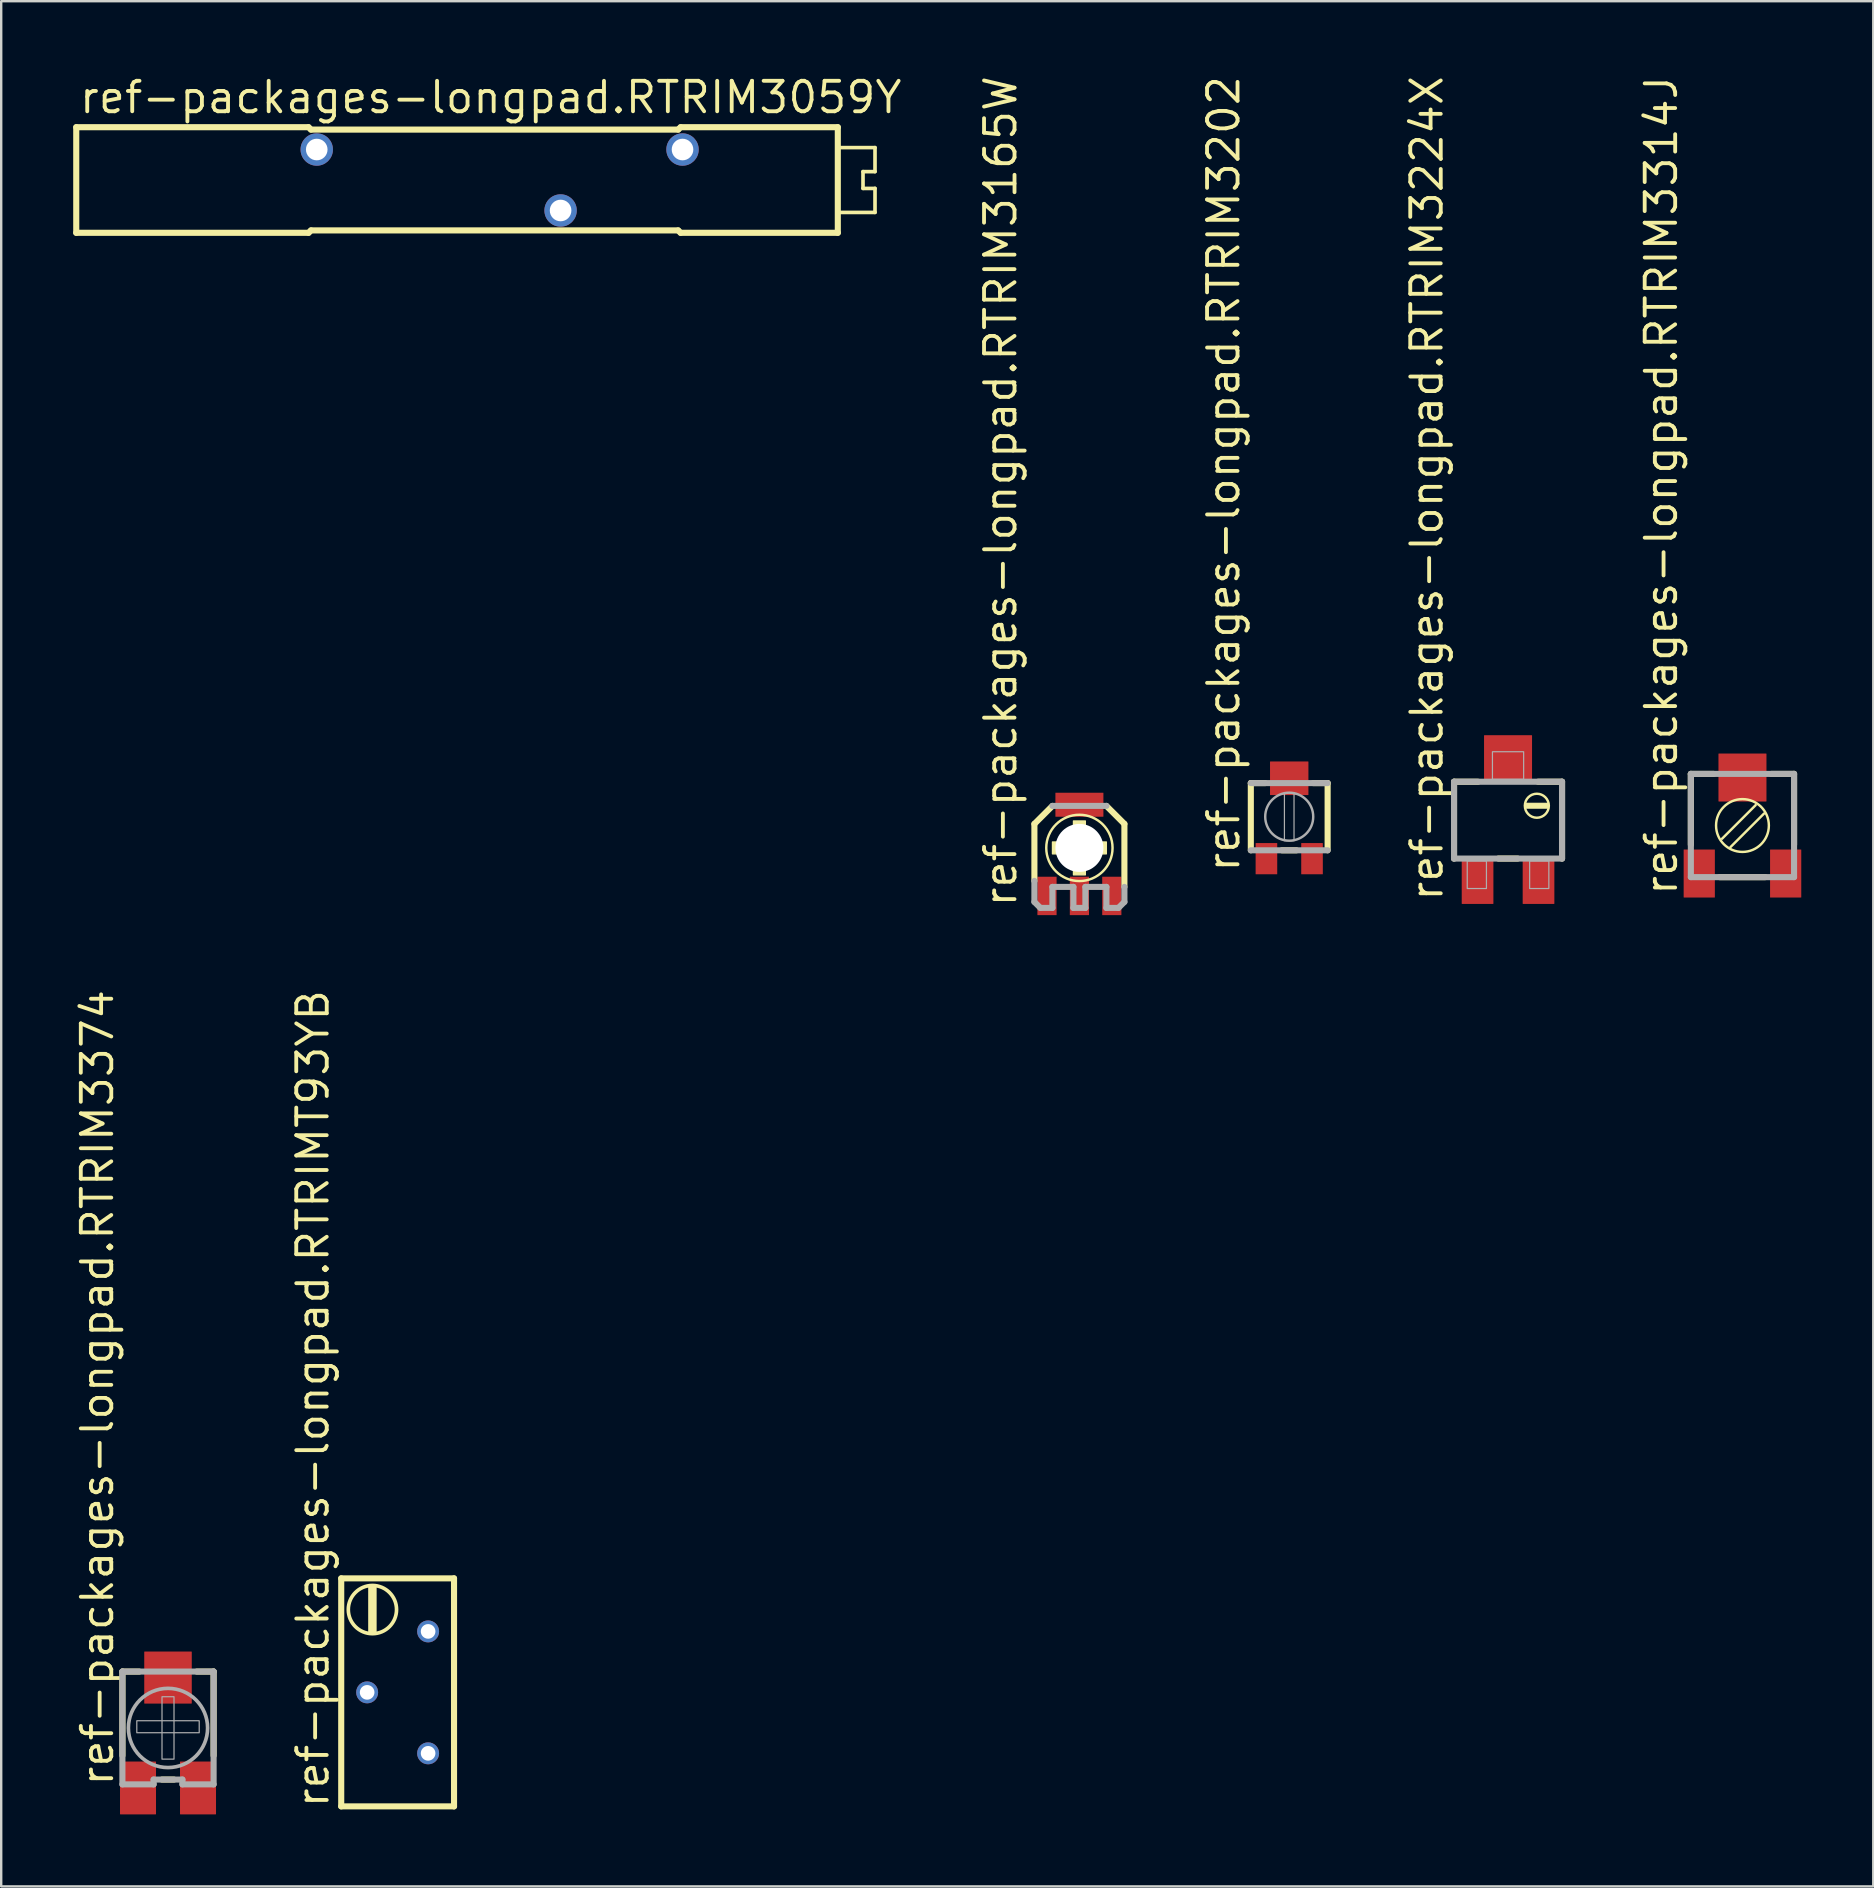
<source format=kicad_pcb>
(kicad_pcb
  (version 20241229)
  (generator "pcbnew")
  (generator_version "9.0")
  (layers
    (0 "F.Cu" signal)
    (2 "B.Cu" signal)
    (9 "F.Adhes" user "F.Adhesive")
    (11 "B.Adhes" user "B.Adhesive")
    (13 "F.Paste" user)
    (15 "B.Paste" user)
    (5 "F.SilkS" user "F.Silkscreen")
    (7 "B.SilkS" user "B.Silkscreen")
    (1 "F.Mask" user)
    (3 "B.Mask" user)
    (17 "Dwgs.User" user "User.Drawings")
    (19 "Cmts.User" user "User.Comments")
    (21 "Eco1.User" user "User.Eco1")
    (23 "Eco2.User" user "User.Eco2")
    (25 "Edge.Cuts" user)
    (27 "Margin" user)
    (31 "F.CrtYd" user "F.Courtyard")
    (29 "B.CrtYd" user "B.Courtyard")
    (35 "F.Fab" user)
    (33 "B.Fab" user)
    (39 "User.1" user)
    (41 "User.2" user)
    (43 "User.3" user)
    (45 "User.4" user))
  (footprint "ref-packages-longpad.RTRIM3314J"
    (layer "F.Cu")
    (at 69.549 31.345)
    (property "Reference" "ref-packages-longpad.RTRIM3314J" (at -2.64 2.99 90) (layer "F.SilkS") (effects (font (size 1.27 1.27) (thickness 0.16)) (justify left bottom)))
    (attr smd)
    (fp_line (start -2.15 -2.15) (end -2.15 0.8) (stroke (width 0.254) (type default)) (layer "F.SilkS"))
    (fp_line (start -1.2 -2.15) (end -2.15 -2.15) (stroke (width 0.254) (type default)) (layer "F.SilkS"))
    (fp_line (start -0.85 0.55) (end 0.55 -0.85) (stroke (width 0.102) (type default)) (layer "F.SilkS"))
    (fp_line (start -0.5 0.9) (end 0.9 -0.5) (stroke (width 0.102) (type default)) (layer "F.SilkS"))
    (fp_line (start 0.95 2.15) (end -0.95 2.15) (stroke (width 0.254) (type default)) (layer "F.SilkS"))
    (fp_line (start 2.15 -2.15) (end 1.2 -2.15) (stroke (width 0.254) (type default)) (layer "F.SilkS"))
    (fp_line (start 2.15 0.8) (end 2.15 -2.15) (stroke (width 0.254) (type default)) (layer "F.SilkS"))
    (fp_circle (center 0 0) (end 1.1 0) (stroke (width 0.102) (type default)) (fill no) (layer "F.SilkS"))
    (fp_line (start -2.15 -2.15) (end 2.15 -2.15) (stroke (width 0.254) (type default)) (layer "F.Fab"))
    (fp_line (start -2.15 2.15) (end -2.15 -2.15) (stroke (width 0.254) (type default)) (layer "F.Fab"))
    (fp_line (start 2.15 -2.15) (end 2.15 2.15) (stroke (width 0.254) (type default)) (layer "F.Fab"))
    (fp_line (start 2.15 2.15) (end -2.15 2.15) (stroke (width 0.254) (type default)) (layer "F.Fab"))
    (pad "1" smd roundrect (at -1.8 2) (size 1.3 2) (layers "F.Cu" "F.Mask" "F.Paste") (roundrect_rratio 0.01))
    (pad "2" smd roundrect (at 0 -2) (size 2 2) (layers "F.Cu" "F.Mask" "F.Paste") (roundrect_rratio 0.01))
    (pad "3" smd roundrect (at 1.8 2) (size 1.3 2) (layers "F.Cu" "F.Mask" "F.Paste") (roundrect_rratio 0.01)))
  (footprint "ref-packages-longpad.RTRIM3165W"
    (layer "F.Cu")
    (at 41.923 32.278)
    (property "Reference" "ref-packages-longpad.RTRIM3165W" (at -2.54 2.54 90) (layer "F.SilkS") (effects (font (size 1.27 1.27) (thickness 0.16)) (justify left bottom)))
    (attr smd)
    (fp_line (start -1.875 -1) (end -1.875 1.375) (stroke (width 0.254) (type default)) (layer "F.SilkS"))
    (fp_line (start -1.125 -1.75) (end -1.875 -1) (stroke (width 0.254) (type default)) (layer "F.SilkS"))
    (fp_line (start 1.875 -1) (end 1.125 -1.75) (stroke (width 0.254) (type default)) (layer "F.SilkS"))
    (fp_line (start 1.875 1.625) (end 1.875 -1) (stroke (width 0.254) (type default)) (layer "F.SilkS"))
    (fp_rect (start -1.125 0.25) (end 1.125 -0.25) (stroke (width 0.05) (type default)) (fill yes) (layer "F.SilkS"))
    (fp_rect (start -0.25 1.125) (end 0.25 -1.125) (stroke (width 0.05) (type default)) (fill yes) (layer "F.SilkS"))
    (fp_circle (center 0 0) (end 1.381 0) (stroke (width 0.102) (type default)) (fill no) (layer "F.SilkS"))
    (fp_line (start -1.875 1.375) (end -1.875 2.25) (stroke (width 0.254) (type default)) (layer "F.Fab"))
    (fp_line (start -1.875 2.25) (end -1.625 2.5) (stroke (width 0.254) (type default)) (layer "F.Fab"))
    (fp_line (start -1.625 2.5) (end -1.125 2.5) (stroke (width 0.254) (type default)) (layer "F.Fab"))
    (fp_line (start -1.125 1.625) (end -0.25 1.625) (stroke (width 0.254) (type default)) (layer "F.Fab"))
    (fp_line (start -1.125 2.5) (end -1.125 1.625) (stroke (width 0.254) (type default)) (layer "F.Fab"))
    (fp_line (start -0.25 1.625) (end -0.25 2.5) (stroke (width 0.254) (type default)) (layer "F.Fab"))
    (fp_line (start -0.25 2.5) (end 0.25 2.5) (stroke (width 0.254) (type default)) (layer "F.Fab"))
    (fp_line (start 0.25 1.625) (end 1.125 1.625) (stroke (width 0.254) (type default)) (layer "F.Fab"))
    (fp_line (start 0.25 2.5) (end 0.25 1.625) (stroke (width 0.254) (type default)) (layer "F.Fab"))
    (fp_line (start 1.125 -1.75) (end -1.125 -1.75) (stroke (width 0.254) (type default)) (layer "F.Fab"))
    (fp_line (start 1.125 1.625) (end 1.125 2.5) (stroke (width 0.254) (type default)) (layer "F.Fab"))
    (fp_line (start 1.125 2.5) (end 1.625 2.5) (stroke (width 0.254) (type default)) (layer "F.Fab"))
    (fp_line (start 1.625 2.5) (end 1.875 2.25) (stroke (width 0.254) (type default)) (layer "F.Fab"))
    (fp_line (start 1.875 2.25) (end 1.875 1.625) (stroke (width 0.254) (type default)) (layer "F.Fab"))
    (pad "" np_thru_hole circle (at 0 0) (size 2 2) (drill 2) (layers "*.Cu" "*.Mask"))
    (pad "1" smd roundrect (at -1.35 2) (size 0.8 1.6) (layers "F.Cu" "F.Mask" "F.Paste") (roundrect_rratio 0.01))
    (pad "2" smd roundrect (at 0 2) (size 0.8 1.6) (layers "F.Cu" "F.Mask" "F.Paste") (roundrect_rratio 0.01))
    (pad "3" smd roundrect (at 1.35 2) (size 0.8 1.6) (layers "F.Cu" "F.Mask" "F.Paste") (roundrect_rratio 0.01))
    (pad "4" smd roundrect (at 0 -1.8) (size 2 1) (layers "F.Cu" "F.Mask" "F.Paste") (roundrect_rratio 0.01)))
  (footprint "ref-packages-longpad.RTRIM3224X"
    (layer "F.Cu")
    (at 59.782 31.121)
    (property "Reference" "ref-packages-longpad.RTRIM3224X" (at -2.64 3.455 90) (layer "F.SilkS") (effects (font (size 1.27 1.27) (thickness 0.16)) (justify left bottom)))
    (attr smd)
    (fp_line (start -2.25 -1.6) (end -1.25 -1.6) (stroke (width 0.254) (type default)) (layer "F.SilkS"))
    (fp_line (start -2.25 1.6) (end -2.25 -1.6) (stroke (width 0.254) (type default)) (layer "F.SilkS"))
    (fp_line (start -0.4 1.6) (end 0.4 1.6) (stroke (width 0.254) (type default)) (layer "F.SilkS"))
    (fp_line (start 1.25 -1.6) (end 2.25 -1.6) (stroke (width 0.254) (type default)) (layer "F.SilkS"))
    (fp_line (start 2.25 -1.6) (end 2.25 1.6) (stroke (width 0.254) (type default)) (layer "F.SilkS"))
    (fp_rect (start 0.75 -0.5) (end 1.65 -0.7) (stroke (width 0.05) (type default)) (fill yes) (layer "F.SilkS"))
    (fp_circle (center 1.2 -0.6) (end 1.7 -0.6) (stroke (width 0.102) (type default)) (fill no) (layer "F.SilkS"))
    (fp_line (start -2.25 -1.6) (end 2.25 -1.6) (stroke (width 0.254) (type default)) (layer "F.Fab"))
    (fp_line (start -2.25 1.6) (end -2.25 -1.6) (stroke (width 0.254) (type default)) (layer "F.Fab"))
    (fp_line (start 2.25 -1.6) (end 2.25 1.6) (stroke (width 0.254) (type default)) (layer "F.Fab"))
    (fp_line (start 2.25 1.6) (end -2.25 1.6) (stroke (width 0.254) (type default)) (layer "F.Fab"))
    (fp_rect (start -1.7 2.85) (end -0.9 1.7) (stroke (width 0.05) (type default)) (fill no) (layer "F.Fab"))
    (fp_rect (start -0.65 -1.7) (end 0.65 -2.85) (stroke (width 0.05) (type default)) (fill no) (layer "F.Fab"))
    (fp_rect (start 0.9 2.85) (end 1.7 1.7) (stroke (width 0.05) (type default)) (fill no) (layer "F.Fab"))
    (pad "1" smd roundrect (at -1.27 2.54) (size 1.32 1.9) (layers "F.Cu" "F.Mask" "F.Paste") (roundrect_rratio 0.01))
    (pad "2" smd roundrect (at 0 -2.54) (size 2 2) (layers "F.Cu" "F.Mask" "F.Paste") (roundrect_rratio 0.01))
    (pad "3" smd roundrect (at 1.27 2.54) (size 1.32 1.9) (layers "F.Cu" "F.Mask" "F.Paste") (roundrect_rratio 0.01)))
  (footprint "ref-packages-longpad.RTRIM3059Y"
    (layer "F.Cu")
    (at 16.497 4.45)
    (property "Reference" "ref-packages-longpad.RTRIM3059Y" (at -16.32 -2.7 0) (layer "F.SilkS") (effects (font (size 1.27 1.27) (thickness 0.16)) (justify left bottom)))
    (attr through_hole)
    (fp_line (start -16.37 -2.2) (end -16.37 2.2) (stroke (width 0.254) (type default)) (layer "F.SilkS"))
    (fp_line (start -16.37 2.2) (end -6.69 2.2) (stroke (width 0.254) (type default)) (layer "F.SilkS"))
    (fp_line (start -6.69 -2.2) (end -16.37 -2.2) (stroke (width 0.254) (type default)) (layer "F.SilkS"))
    (fp_line (start -6.59 -2.1) (end -6.69 -2.2) (stroke (width 0.254) (type default)) (layer "F.SilkS"))
    (fp_line (start -6.59 2.1) (end -6.69 2.2) (stroke (width 0.254) (type default)) (layer "F.SilkS"))
    (fp_line (start 8.71 -2.1) (end -6.59 -2.1) (stroke (width 0.254) (type default)) (layer "F.SilkS"))
    (fp_line (start 8.71 2.1) (end -6.59 2.1) (stroke (width 0.254) (type default)) (layer "F.SilkS"))
    (fp_line (start 8.71 2.1) (end 8.81 2.2) (stroke (width 0.254) (type default)) (layer "F.SilkS"))
    (fp_line (start 8.81 -2.2) (end 8.71 -2.1) (stroke (width 0.254) (type default)) (layer "F.SilkS"))
    (fp_line (start 8.81 2.2) (end 15.36 2.2) (stroke (width 0.254) (type default)) (layer "F.SilkS"))
    (fp_line (start 15.36 -2.2) (end 8.81 -2.2) (stroke (width 0.254) (type default)) (layer "F.SilkS"))
    (fp_line (start 15.36 2.2) (end 15.36 -2.2) (stroke (width 0.254) (type default)) (layer "F.SilkS"))
    (fp_line (start 15.46 -1.35) (end 16.91 -1.35) (stroke (width 0.152) (type default)) (layer "F.SilkS"))
    (fp_line (start 16.41 -0.35) (end 16.41 0.35) (stroke (width 0.152) (type default)) (layer "F.SilkS"))
    (fp_line (start 16.41 0.35) (end 16.91 0.35) (stroke (width 0.152) (type default)) (layer "F.SilkS"))
    (fp_line (start 16.91 -1.35) (end 16.91 -0.35) (stroke (width 0.152) (type default)) (layer "F.SilkS"))
    (fp_line (start 16.91 -0.35) (end 16.41 -0.35) (stroke (width 0.152) (type default)) (layer "F.SilkS"))
    (fp_line (start 16.91 0.35) (end 16.91 1.35) (stroke (width 0.152) (type default)) (layer "F.SilkS"))
    (fp_line (start 16.91 1.35) (end 15.46 1.35) (stroke (width 0.152) (type default)) (layer "F.SilkS"))
    (pad "1" thru_hole circle (at -6.35 -1.27) (size 1.35 1.35) (drill 0.9) (layers "*.Cu" "*.Mask"))
    (pad "2" thru_hole circle (at 3.81 1.27) (size 1.35 1.35) (drill 0.9) (layers "*.Cu" "*.Mask"))
    (pad "3" thru_hole circle (at 8.89 -1.27) (size 1.35 1.35) (drill 0.9) (layers "*.Cu" "*.Mask")))
  (footprint "ref-packages-longpad.RTRIM3202"
    (layer "F.Cu")
    (at 50.665 30.977)
    (property "Reference" "ref-packages-longpad.RTRIM3202" (at -1.99 2.39 90) (layer "F.SilkS") (effects (font (size 1.27 1.27) (thickness 0.16)) (justify left bottom)))
    (attr smd)
    (fp_line (start -1.6 -1.4) (end -1.6 1.4) (stroke (width 0.254) (type default)) (layer "F.SilkS"))
    (fp_line (start -1.6 -1.4) (end -1 -1.4) (stroke (width 0.254) (type default)) (layer "F.SilkS"))
    (fp_line (start -0.3 1.4) (end 0.3 1.4) (stroke (width 0.254) (type default)) (layer "F.SilkS"))
    (fp_line (start 1 -1.4) (end 1.6 -1.4) (stroke (width 0.254) (type default)) (layer "F.SilkS"))
    (fp_line (start 1.6 1.4) (end 1.6 -1.4) (stroke (width 0.254) (type default)) (layer "F.SilkS"))
    (fp_line (start -1.6 1.4) (end 1.6 1.4) (stroke (width 0.254) (type default)) (layer "F.Fab"))
    (fp_line (start 1.6 -1.4) (end -1.6 -1.4) (stroke (width 0.254) (type default)) (layer "F.Fab"))
    (fp_rect (start -0.2 1) (end 0.2 -1) (stroke (width 0.05) (type default)) (fill no) (layer "F.Fab"))
    (fp_circle (center 0 0) (end 1 0) (stroke (width 0.102) (type default)) (fill no) (layer "F.Fab"))
    (pad "1" smd roundrect (at -0.95 1.75) (size 0.9 1.3) (layers "F.Cu" "F.Mask" "F.Paste") (roundrect_rratio 0.01))
    (pad "2" smd roundrect (at 0 -1.6) (size 1.6 1.4) (layers "F.Cu" "F.Mask" "F.Paste") (roundrect_rratio 0.01))
    (pad "3" smd roundrect (at 0.95 1.75) (size 0.9 1.3) (layers "F.Cu" "F.Mask" "F.Paste") (roundrect_rratio 0.01)))
  (footprint "ref-packages-longpad.RTRIM3374"
    (layer "F.Cu")
    (at 3.95 68.945)
    (property "Reference" "ref-packages-longpad.RTRIM3374" (at -2.2 2.5 90) (layer "F.SilkS") (effects (font (size 1.27 1.27) (thickness 0.16)) (justify left bottom)))
    (attr smd)
    (fp_line (start -1.9 -2.35) (end -1.2 -2.35) (stroke (width 0.254) (type default)) (layer "F.SilkS"))
    (fp_line (start -1.9 1.15) (end -1.9 -2.35) (stroke (width 0.254) (type default)) (layer "F.SilkS"))
    (fp_line (start -0.25 2.15) (end 0.25 2.15) (stroke (width 0.254) (type default)) (layer "F.SilkS"))
    (fp_line (start 1.2 -2.35) (end 1.9 -2.35) (stroke (width 0.254) (type default)) (layer "F.SilkS"))
    (fp_line (start 1.9 -2.35) (end 1.9 1.15) (stroke (width 0.254) (type default)) (layer "F.SilkS"))
    (fp_line (start -1.9 -2.35) (end 1.9 -2.35) (stroke (width 0.254) (type default)) (layer "F.Fab"))
    (fp_line (start -1.9 2.35) (end -1.9 -2.35) (stroke (width 0.254) (type default)) (layer "F.Fab"))
    (fp_line (start -0.6 2.15) (end -0.6 2.35) (stroke (width 0.254) (type default)) (layer "F.Fab"))
    (fp_line (start -0.6 2.35) (end -1.9 2.35) (stroke (width 0.254) (type default)) (layer "F.Fab"))
    (fp_line (start 0.6 2.15) (end -0.6 2.15) (stroke (width 0.254) (type default)) (layer "F.Fab"))
    (fp_line (start 0.6 2.35) (end 0.6 2.15) (stroke (width 0.254) (type default)) (layer "F.Fab"))
    (fp_line (start 1.9 -2.35) (end 1.9 2.35) (stroke (width 0.254) (type default)) (layer "F.Fab"))
    (fp_line (start 1.9 2.35) (end 0.6 2.35) (stroke (width 0.254) (type default)) (layer "F.Fab"))
    (fp_rect (start -1.3 0.2) (end 1.3 -0.3) (stroke (width 0.05) (type default)) (fill no) (layer "F.Fab"))
    (fp_rect (start -0.25 1.3) (end 0.25 -1.3) (stroke (width 0.05) (type default)) (fill no) (layer "F.Fab"))
    (fp_circle (center 0 0) (end 1.65 0) (stroke (width 0.152) (type default)) (fill no) (layer "F.Fab"))
    (pad "1" smd roundrect (at -1.25 2.5) (size 1.5 2.2) (layers "F.Cu" "F.Mask" "F.Paste") (roundrect_rratio 0.01))
    (pad "2" smd roundrect (at 0 -2.1) (size 1.98 2.17) (layers "F.Cu" "F.Mask" "F.Paste") (roundrect_rratio 0.01))
    (pad "3" smd roundrect (at 1.25 2.5) (size 1.5 2.2) (layers "F.Cu" "F.Mask" "F.Paste") (roundrect_rratio 0.01)))
  (footprint "ref-packages-longpad.RTRIMT93YB"
    (layer "F.Cu")
    (at 13.517 67.462)
    (property "Reference" "ref-packages-longpad.RTRIMT93YB" (at -2.79 4.89 90) (layer "F.SilkS") (effects (font (size 1.27 1.27) (thickness 0.16)) (justify left bottom)))
    (attr through_hole)
    (fp_line (start -2.35 -4.75) (end -2.35 4.75) (stroke (width 0.254) (type default)) (layer "F.SilkS"))
    (fp_line (start -2.35 4.75) (end 2.35 4.75) (stroke (width 0.254) (type default)) (layer "F.SilkS"))
    (fp_line (start 2.35 -4.75) (end -2.35 -4.75) (stroke (width 0.254) (type default)) (layer "F.SilkS"))
    (fp_line (start 2.35 4.75) (end 2.35 -4.75) (stroke (width 0.254) (type default)) (layer "F.SilkS"))
    (fp_rect (start -1.2 -2.5) (end -0.9 -4.4) (stroke (width 0.05) (type default)) (fill yes) (layer "F.SilkS"))
    (fp_circle (center -1.05 -3.45) (end -0.045 -3.45) (stroke (width 0.152) (type default)) (fill no) (layer "F.SilkS"))
    (pad "1" thru_hole circle (at 1.27 2.54) (size 0.914 0.914) (drill 0.61) (layers "*.Cu" "*.Mask"))
    (pad "2" thru_hole circle (at -1.27 0) (size 0.914 0.914) (drill 0.61) (layers "*.Cu" "*.Mask"))
    (pad "3" thru_hole circle (at 1.27 -2.54) (size 0.914 0.914) (drill 0.61) (layers "*.Cu" "*.Mask")))
  (gr_rect
    (start -3 -3)
    (end 74.999 75.545)
    (stroke (width 0.1) (type default))
    (fill no)
    (layer "Edge.Cuts")))
</source>
